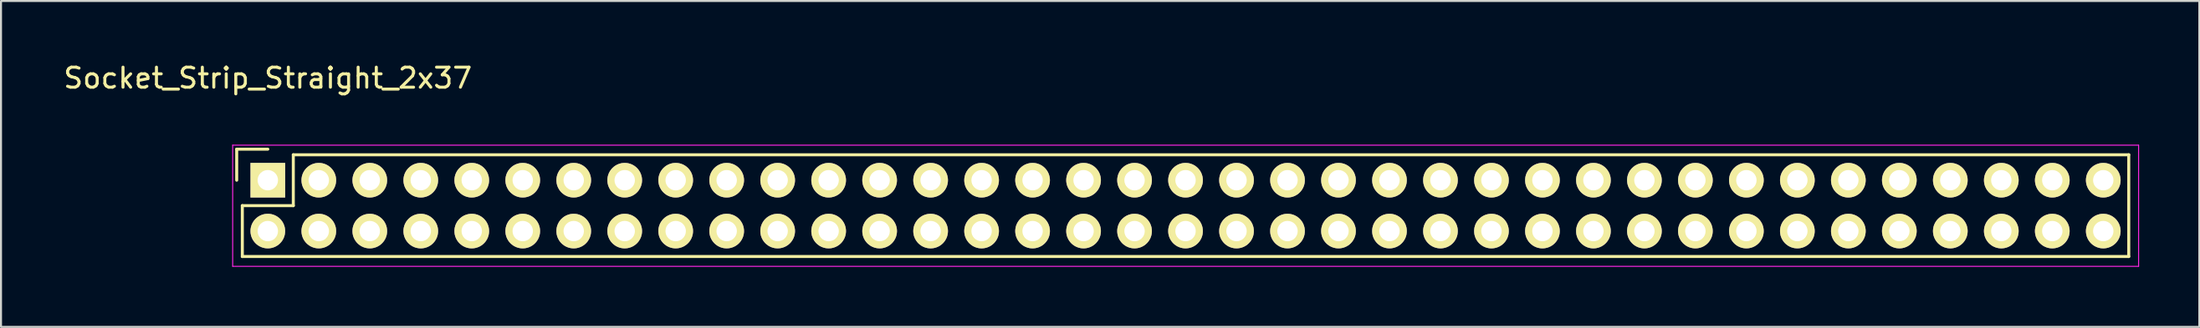
<source format=kicad_pcb>
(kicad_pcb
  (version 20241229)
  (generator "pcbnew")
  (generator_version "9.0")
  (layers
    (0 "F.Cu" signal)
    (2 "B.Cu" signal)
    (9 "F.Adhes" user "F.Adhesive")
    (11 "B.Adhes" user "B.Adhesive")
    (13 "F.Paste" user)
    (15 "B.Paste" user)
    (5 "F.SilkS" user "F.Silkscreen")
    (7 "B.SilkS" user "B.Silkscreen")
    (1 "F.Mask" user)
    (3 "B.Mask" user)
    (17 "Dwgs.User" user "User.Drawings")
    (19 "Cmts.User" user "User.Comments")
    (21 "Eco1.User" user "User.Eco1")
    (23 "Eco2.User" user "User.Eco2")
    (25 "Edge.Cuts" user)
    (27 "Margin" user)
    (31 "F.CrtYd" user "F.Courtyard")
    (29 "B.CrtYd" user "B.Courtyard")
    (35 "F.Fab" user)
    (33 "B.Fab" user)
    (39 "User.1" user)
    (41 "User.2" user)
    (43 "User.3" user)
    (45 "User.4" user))
  (footprint "Socket_Strip_Straight_2x37"
    (layer "F.Cu")
    (at 10.292 5.948)
    (property "Reference" "Socket_Strip_Straight_2x37" (at 0 -5.1 0) (layer "F.SilkS") (effects (font (size 1 1) (thickness 0.15))))
    (attr through_hole)
    (fp_line (start -1.55 -1.55) (end -1.55 0) (stroke (width 0.15) (type solid)) (layer "F.SilkS"))
    (fp_line (start -1.27 1.27) (end 1.27 1.27) (stroke (width 0.15) (type solid)) (layer "F.SilkS"))
    (fp_line (start -1.27 3.81) (end -1.27 1.27) (stroke (width 0.15) (type solid)) (layer "F.SilkS"))
    (fp_line (start -1.27 3.81) (end 92.71 3.81) (stroke (width 0.15) (type solid)) (layer "F.SilkS"))
    (fp_line (start 0 -1.55) (end -1.55 -1.55) (stroke (width 0.15) (type solid)) (layer "F.SilkS"))
    (fp_line (start 1.27 1.27) (end 1.27 -1.27) (stroke (width 0.15) (type solid)) (layer "F.SilkS"))
    (fp_line (start 92.71 -1.27) (end 1.27 -1.27) (stroke (width 0.15) (type solid)) (layer "F.SilkS"))
    (fp_line (start 92.71 3.81) (end 92.71 -1.27) (stroke (width 0.15) (type solid)) (layer "F.SilkS"))
    (fp_line (start -1.75 -1.75) (end -1.75 4.3) (stroke (width 0.05) (type solid)) (layer "F.CrtYd"))
    (fp_line (start -1.75 -1.75) (end 93.2 -1.75) (stroke (width 0.05) (type solid)) (layer "F.CrtYd"))
    (fp_line (start -1.75 4.3) (end 93.2 4.3) (stroke (width 0.05) (type solid)) (layer "F.CrtYd"))
    (fp_line (start 93.2 -1.75) (end 93.2 4.3) (stroke (width 0.05) (type solid)) (layer "F.CrtYd"))
    (pad "1" thru_hole rect (at 0 0) (size 1.727 1.727) (drill 1.016) (layers "*.Cu" "*.Mask" "F.SilkS"))
    (pad "2" thru_hole oval (at 0 2.54) (size 1.727 1.727) (drill 1.016) (layers "*.Cu" "*.Mask" "F.SilkS"))
    (pad "3" thru_hole oval (at 2.54 0) (size 1.727 1.727) (drill 1.016) (layers "*.Cu" "*.Mask" "F.SilkS"))
    (pad "4" thru_hole oval (at 2.54 2.54) (size 1.727 1.727) (drill 1.016) (layers "*.Cu" "*.Mask" "F.SilkS"))
    (pad "5" thru_hole oval (at 5.08 0) (size 1.727 1.727) (drill 1.016) (layers "*.Cu" "*.Mask" "F.SilkS"))
    (pad "6" thru_hole oval (at 5.08 2.54) (size 1.727 1.727) (drill 1.016) (layers "*.Cu" "*.Mask" "F.SilkS"))
    (pad "7" thru_hole oval (at 7.62 0) (size 1.727 1.727) (drill 1.016) (layers "*.Cu" "*.Mask" "F.SilkS"))
    (pad "8" thru_hole oval (at 7.62 2.54) (size 1.727 1.727) (drill 1.016) (layers "*.Cu" "*.Mask" "F.SilkS"))
    (pad "9" thru_hole oval (at 10.16 0) (size 1.727 1.727) (drill 1.016) (layers "*.Cu" "*.Mask" "F.SilkS"))
    (pad "10" thru_hole oval (at 10.16 2.54) (size 1.727 1.727) (drill 1.016) (layers "*.Cu" "*.Mask" "F.SilkS"))
    (pad "11" thru_hole oval (at 12.7 0) (size 1.727 1.727) (drill 1.016) (layers "*.Cu" "*.Mask" "F.SilkS"))
    (pad "12" thru_hole oval (at 12.7 2.54) (size 1.727 1.727) (drill 1.016) (layers "*.Cu" "*.Mask" "F.SilkS"))
    (pad "13" thru_hole oval (at 15.24 0) (size 1.727 1.727) (drill 1.016) (layers "*.Cu" "*.Mask" "F.SilkS"))
    (pad "14" thru_hole oval (at 15.24 2.54) (size 1.727 1.727) (drill 1.016) (layers "*.Cu" "*.Mask" "F.SilkS"))
    (pad "15" thru_hole oval (at 17.78 0) (size 1.727 1.727) (drill 1.016) (layers "*.Cu" "*.Mask" "F.SilkS"))
    (pad "16" thru_hole oval (at 17.78 2.54) (size 1.727 1.727) (drill 1.016) (layers "*.Cu" "*.Mask" "F.SilkS"))
    (pad "17" thru_hole oval (at 20.32 0) (size 1.727 1.727) (drill 1.016) (layers "*.Cu" "*.Mask" "F.SilkS"))
    (pad "18" thru_hole oval (at 20.32 2.54) (size 1.727 1.727) (drill 1.016) (layers "*.Cu" "*.Mask" "F.SilkS"))
    (pad "19" thru_hole oval (at 22.86 0) (size 1.727 1.727) (drill 1.016) (layers "*.Cu" "*.Mask" "F.SilkS"))
    (pad "20" thru_hole oval (at 22.86 2.54) (size 1.727 1.727) (drill 1.016) (layers "*.Cu" "*.Mask" "F.SilkS"))
    (pad "21" thru_hole oval (at 25.4 0) (size 1.727 1.727) (drill 1.016) (layers "*.Cu" "*.Mask" "F.SilkS"))
    (pad "22" thru_hole oval (at 25.4 2.54) (size 1.727 1.727) (drill 1.016) (layers "*.Cu" "*.Mask" "F.SilkS"))
    (pad "23" thru_hole oval (at 27.94 0) (size 1.727 1.727) (drill 1.016) (layers "*.Cu" "*.Mask" "F.SilkS"))
    (pad "24" thru_hole oval (at 27.94 2.54) (size 1.727 1.727) (drill 1.016) (layers "*.Cu" "*.Mask" "F.SilkS"))
    (pad "25" thru_hole oval (at 30.48 0) (size 1.727 1.727) (drill 1.016) (layers "*.Cu" "*.Mask" "F.SilkS"))
    (pad "26" thru_hole oval (at 30.48 2.54) (size 1.727 1.727) (drill 1.016) (layers "*.Cu" "*.Mask" "F.SilkS"))
    (pad "27" thru_hole oval (at 33.02 0) (size 1.727 1.727) (drill 1.016) (layers "*.Cu" "*.Mask" "F.SilkS"))
    (pad "28" thru_hole oval (at 33.02 2.54) (size 1.727 1.727) (drill 1.016) (layers "*.Cu" "*.Mask" "F.SilkS"))
    (pad "29" thru_hole oval (at 35.56 0) (size 1.727 1.727) (drill 1.016) (layers "*.Cu" "*.Mask" "F.SilkS"))
    (pad "30" thru_hole oval (at 35.56 2.54) (size 1.727 1.727) (drill 1.016) (layers "*.Cu" "*.Mask" "F.SilkS"))
    (pad "31" thru_hole oval (at 38.1 0) (size 1.727 1.727) (drill 1.016) (layers "*.Cu" "*.Mask" "F.SilkS"))
    (pad "32" thru_hole oval (at 38.1 2.54) (size 1.727 1.727) (drill 1.016) (layers "*.Cu" "*.Mask" "F.SilkS"))
    (pad "33" thru_hole oval (at 40.64 0) (size 1.727 1.727) (drill 1.016) (layers "*.Cu" "*.Mask" "F.SilkS"))
    (pad "34" thru_hole oval (at 40.64 2.54) (size 1.727 1.727) (drill 1.016) (layers "*.Cu" "*.Mask" "F.SilkS"))
    (pad "35" thru_hole oval (at 43.18 0) (size 1.727 1.727) (drill 1.016) (layers "*.Cu" "*.Mask" "F.SilkS"))
    (pad "36" thru_hole oval (at 43.18 2.54) (size 1.727 1.727) (drill 1.016) (layers "*.Cu" "*.Mask" "F.SilkS"))
    (pad "37" thru_hole oval (at 45.72 0) (size 1.727 1.727) (drill 1.016) (layers "*.Cu" "*.Mask" "F.SilkS"))
    (pad "38" thru_hole oval (at 45.72 2.54) (size 1.727 1.727) (drill 1.016) (layers "*.Cu" "*.Mask" "F.SilkS"))
    (pad "39" thru_hole oval (at 48.26 0) (size 1.727 1.727) (drill 1.016) (layers "*.Cu" "*.Mask" "F.SilkS"))
    (pad "40" thru_hole oval (at 48.26 2.54) (size 1.727 1.727) (drill 1.016) (layers "*.Cu" "*.Mask" "F.SilkS"))
    (pad "41" thru_hole oval (at 50.8 0) (size 1.727 1.727) (drill 1.016) (layers "*.Cu" "*.Mask" "F.SilkS"))
    (pad "42" thru_hole oval (at 50.8 2.54) (size 1.727 1.727) (drill 1.016) (layers "*.Cu" "*.Mask" "F.SilkS"))
    (pad "43" thru_hole oval (at 53.34 0) (size 1.727 1.727) (drill 1.016) (layers "*.Cu" "*.Mask" "F.SilkS"))
    (pad "44" thru_hole oval (at 53.34 2.54) (size 1.727 1.727) (drill 1.016) (layers "*.Cu" "*.Mask" "F.SilkS"))
    (pad "45" thru_hole oval (at 55.88 0) (size 1.727 1.727) (drill 1.016) (layers "*.Cu" "*.Mask" "F.SilkS"))
    (pad "46" thru_hole oval (at 55.88 2.54) (size 1.727 1.727) (drill 1.016) (layers "*.Cu" "*.Mask" "F.SilkS"))
    (pad "47" thru_hole oval (at 58.42 0) (size 1.727 1.727) (drill 1.016) (layers "*.Cu" "*.Mask" "F.SilkS"))
    (pad "48" thru_hole oval (at 58.42 2.54) (size 1.727 1.727) (drill 1.016) (layers "*.Cu" "*.Mask" "F.SilkS"))
    (pad "49" thru_hole oval (at 60.96 0) (size 1.727 1.727) (drill 1.016) (layers "*.Cu" "*.Mask" "F.SilkS"))
    (pad "50" thru_hole oval (at 60.96 2.54) (size 1.727 1.727) (drill 1.016) (layers "*.Cu" "*.Mask" "F.SilkS"))
    (pad "51" thru_hole oval (at 63.5 0) (size 1.727 1.727) (drill 1.016) (layers "*.Cu" "*.Mask" "F.SilkS"))
    (pad "52" thru_hole oval (at 63.5 2.54) (size 1.727 1.727) (drill 1.016) (layers "*.Cu" "*.Mask" "F.SilkS"))
    (pad "53" thru_hole oval (at 66.04 0) (size 1.727 1.727) (drill 1.016) (layers "*.Cu" "*.Mask" "F.SilkS"))
    (pad "54" thru_hole oval (at 66.04 2.54) (size 1.727 1.727) (drill 1.016) (layers "*.Cu" "*.Mask" "F.SilkS"))
    (pad "55" thru_hole oval (at 68.58 0) (size 1.727 1.727) (drill 1.016) (layers "*.Cu" "*.Mask" "F.SilkS"))
    (pad "56" thru_hole oval (at 68.58 2.54) (size 1.727 1.727) (drill 1.016) (layers "*.Cu" "*.Mask" "F.SilkS"))
    (pad "57" thru_hole oval (at 71.12 0) (size 1.727 1.727) (drill 1.016) (layers "*.Cu" "*.Mask" "F.SilkS"))
    (pad "58" thru_hole oval (at 71.12 2.54) (size 1.727 1.727) (drill 1.016) (layers "*.Cu" "*.Mask" "F.SilkS"))
    (pad "59" thru_hole oval (at 73.66 0) (size 1.727 1.727) (drill 1.016) (layers "*.Cu" "*.Mask" "F.SilkS"))
    (pad "60" thru_hole oval (at 73.66 2.54) (size 1.727 1.727) (drill 1.016) (layers "*.Cu" "*.Mask" "F.SilkS"))
    (pad "61" thru_hole oval (at 76.2 0) (size 1.727 1.727) (drill 1.016) (layers "*.Cu" "*.Mask" "F.SilkS"))
    (pad "62" thru_hole oval (at 76.2 2.54) (size 1.727 1.727) (drill 1.016) (layers "*.Cu" "*.Mask" "F.SilkS"))
    (pad "63" thru_hole oval (at 78.74 0) (size 1.727 1.727) (drill 1.016) (layers "*.Cu" "*.Mask" "F.SilkS"))
    (pad "64" thru_hole oval (at 78.74 2.54) (size 1.727 1.727) (drill 1.016) (layers "*.Cu" "*.Mask" "F.SilkS"))
    (pad "65" thru_hole oval (at 81.28 0) (size 1.727 1.727) (drill 1.016) (layers "*.Cu" "*.Mask" "F.SilkS"))
    (pad "66" thru_hole oval (at 81.28 2.54) (size 1.727 1.727) (drill 1.016) (layers "*.Cu" "*.Mask" "F.SilkS"))
    (pad "67" thru_hole oval (at 83.82 0) (size 1.727 1.727) (drill 1.016) (layers "*.Cu" "*.Mask" "F.SilkS"))
    (pad "68" thru_hole oval (at 83.82 2.54) (size 1.727 1.727) (drill 1.016) (layers "*.Cu" "*.Mask" "F.SilkS"))
    (pad "69" thru_hole oval (at 86.36 0) (size 1.727 1.727) (drill 1.016) (layers "*.Cu" "*.Mask" "F.SilkS"))
    (pad "70" thru_hole oval (at 86.36 2.54) (size 1.727 1.727) (drill 1.016) (layers "*.Cu" "*.Mask" "F.SilkS"))
    (pad "71" thru_hole oval (at 88.9 0) (size 1.727 1.727) (drill 1.016) (layers "*.Cu" "*.Mask" "F.SilkS"))
    (pad "72" thru_hole oval (at 88.9 2.54) (size 1.727 1.727) (drill 1.016) (layers "*.Cu" "*.Mask" "F.SilkS"))
    (pad "73" thru_hole oval (at 91.44 0) (size 1.727 1.727) (drill 1.016) (layers "*.Cu" "*.Mask" "F.SilkS"))
    (pad "74" thru_hole oval (at 91.44 2.54) (size 1.727 1.727) (drill 1.016) (layers "*.Cu" "*.Mask" "F.SilkS")))
  (gr_rect
    (start -3 -3)
    (end 106.517 13.273)
    (stroke (width 0.1) (type default))
    (fill no)
    (layer "Edge.Cuts")))
</source>
